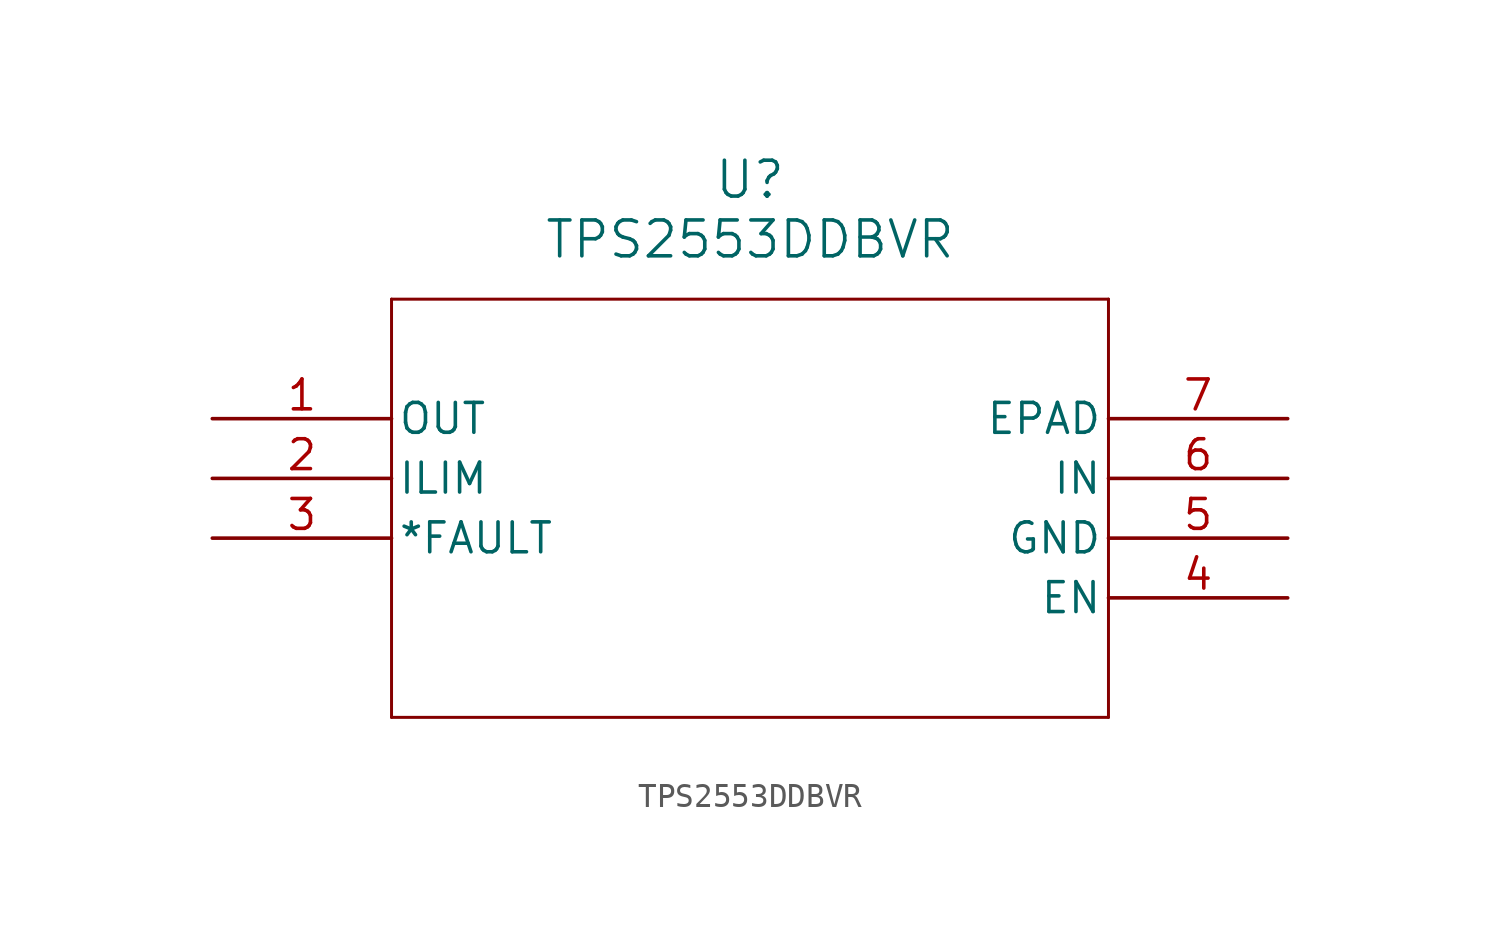
<source format=kicad_sym>
(kicad_symbol_lib
  (version 20211014)
  (generator kicad_symbol_editor)
  (symbol "TPS2553DDBVR"
    (pin_names
      (offset 0.254))
    (property "Reference" "U"
      (at 22.86 10.16 0)
      (effects (font (size 1.524 1.524))))
    (property "Value" "TPS2553DDBVR"
      (at 22.86 7.62 0)
      (effects (font (size 1.524 1.524))))
    (symbol "TPS2553DDBVR_0_1"
      (polyline (pts (xy 7.62 5.08) (xy 7.62 -12.7)) (stroke (width 0.127) (type default) (color 0 0 0 0)) (fill (type none)))
      (polyline (pts (xy 7.62 -12.7) (xy 38.1 -12.7)) (stroke (width 0.127) (type default) (color 0 0 0 0)) (fill (type none)))
      (polyline (pts (xy 38.1 -12.7) (xy 38.1 5.08)) (stroke (width 0.127) (type default) (color 0 0 0 0)) (fill (type none)))
      (polyline (pts (xy 38.1 5.08) (xy 7.62 5.08)) (stroke (width 0.127) (type default) (color 0 0 0 0)) (fill (type none)))
      (pin output line (at 0 0 0) (length 7.62) (name "OUT" (effects (font (size 1.27 1.27)))) (number "1" (effects (font (size 1.27 1.27)))))
      (pin output line (at 0 -2.54 0) (length 7.62) (name "ILIM" (effects (font (size 1.27 1.27)))) (number "2" (effects (font (size 1.27 1.27)))))
      (pin output line (at 0 -5.08 0) (length 7.62) (name "*FAULT" (effects (font (size 1.27 1.27)))) (number "3" (effects (font (size 1.27 1.27)))))
      (pin input line (at 45.72 -7.62 180) (length 7.62) (name "EN" (effects (font (size 1.27 1.27)))) (number "4" (effects (font (size 1.27 1.27)))))
      (pin power_in line (at 45.72 -5.08 180) (length 7.62) (name "GND" (effects (font (size 1.27 1.27)))) (number "5" (effects (font (size 1.27 1.27)))))
      (pin input line (at 45.72 -2.54 180) (length 7.62) (name "IN" (effects (font (size 1.27 1.27)))) (number "6" (effects (font (size 1.27 1.27)))))
      (pin unspecified line (at 45.72 0 180) (length 7.62) (name "EPAD" (effects (font (size 1.27 1.27)))) (number "7" (effects (font (size 1.27 1.27))))))))
</source>
